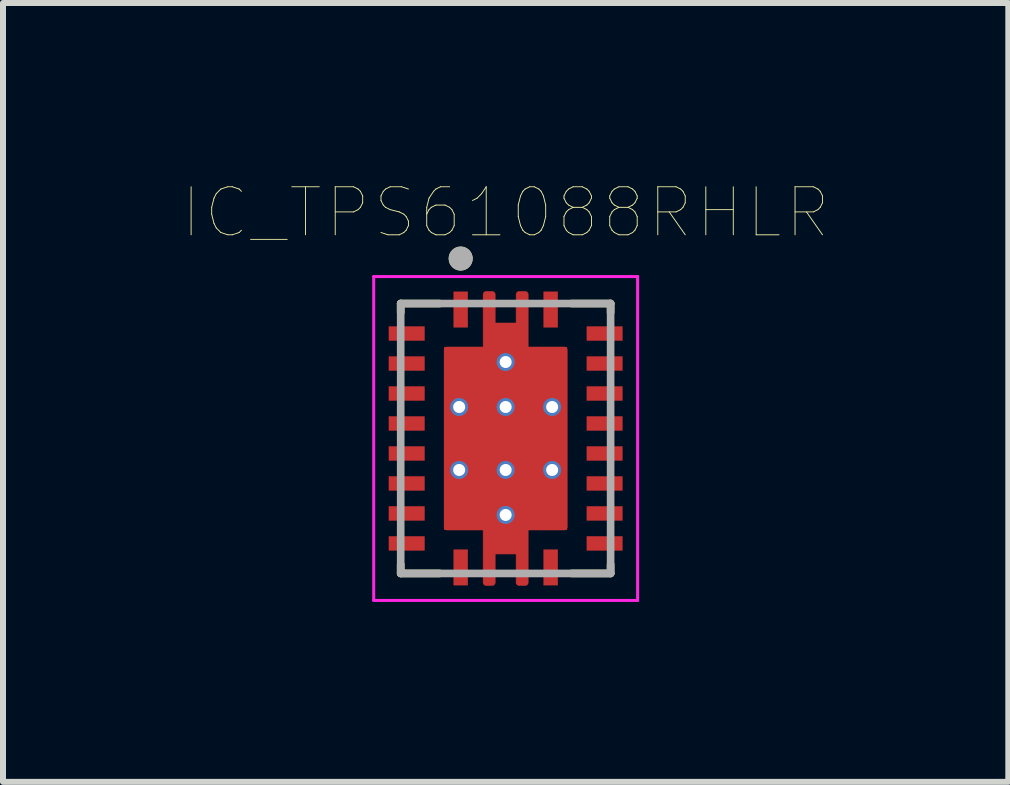
<source format=kicad_pcb>
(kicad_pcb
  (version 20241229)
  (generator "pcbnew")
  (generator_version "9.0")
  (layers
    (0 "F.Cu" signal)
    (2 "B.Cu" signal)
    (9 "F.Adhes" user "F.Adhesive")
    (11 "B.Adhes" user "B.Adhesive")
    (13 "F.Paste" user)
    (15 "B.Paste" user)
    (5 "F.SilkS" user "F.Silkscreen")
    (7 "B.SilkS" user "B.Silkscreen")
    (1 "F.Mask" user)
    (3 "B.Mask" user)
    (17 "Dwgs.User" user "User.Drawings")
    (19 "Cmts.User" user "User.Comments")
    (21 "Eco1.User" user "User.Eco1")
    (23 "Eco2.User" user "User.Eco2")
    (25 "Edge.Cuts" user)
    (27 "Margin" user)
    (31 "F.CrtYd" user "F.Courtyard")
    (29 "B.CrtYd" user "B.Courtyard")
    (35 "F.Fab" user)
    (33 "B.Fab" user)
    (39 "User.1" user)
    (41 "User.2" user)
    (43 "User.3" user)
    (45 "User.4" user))
  (footprint "IC_TPS61088RHLR"
    (layer "F.Cu")
    (at 5.381 4.261)
    (property "Reference" "IC_TPS61088RHLR" (at 0 -3.766 0) (layer "F.SilkS") (effects (font (size 0.801 0.801) (thickness 0.015))))
    (attr smd)
    (fp_poly (pts (xy -0.375 -1.525) (xy -0.375 -2.4) (xy -0.375 -2.403) (xy -0.375 -2.405) (xy -0.374 -2.408) (xy -0.374 -2.41) (xy -0.373 -2.413) (xy -0.373 -2.415) (xy -0.372 -2.418) (xy -0.371 -2.42) (xy -0.37 -2.423) (xy -0.368 -2.425) (xy -0.367 -2.427) (xy -0.365 -2.429) (xy -0.364 -2.431) (xy -0.362 -2.433) (xy -0.36 -2.435) (xy -0.358 -2.437) (xy -0.356 -2.439) (xy -0.354 -2.44) (xy -0.352 -2.442) (xy -0.35 -2.443) (xy -0.348 -2.445) (xy -0.345 -2.446) (xy -0.343 -2.447) (xy -0.34 -2.448) (xy -0.338 -2.448) (xy -0.335 -2.449) (xy -0.333 -2.449) (xy -0.33 -2.45) (xy -0.328 -2.45) (xy -0.325 -2.45) (xy -0.225 -2.45) (xy -0.222 -2.45) (xy -0.22 -2.45) (xy -0.217 -2.449) (xy -0.215 -2.449) (xy -0.212 -2.448) (xy -0.21 -2.448) (xy -0.207 -2.447) (xy -0.205 -2.446) (xy -0.202 -2.445) (xy -0.2 -2.443) (xy -0.198 -2.442) (xy -0.196 -2.44) (xy -0.194 -2.439) (xy -0.192 -2.437) (xy -0.19 -2.435) (xy -0.188 -2.433) (xy -0.186 -2.431) (xy -0.185 -2.429) (xy -0.183 -2.427) (xy -0.182 -2.425) (xy -0.18 -2.423) (xy -0.179 -2.42) (xy -0.178 -2.418) (xy -0.177 -2.415) (xy -0.177 -2.413) (xy -0.176 -2.41) (xy -0.176 -2.408) (xy -0.175 -2.405) (xy -0.175 -2.403) (xy -0.175 -2.4) (xy -0.175 -1.925) (xy 0.175 -1.925) (xy 0.175 -2.4) (xy 0.175 -2.403) (xy 0.175 -2.405) (xy 0.176 -2.408) (xy 0.176 -2.41) (xy 0.177 -2.413) (xy 0.177 -2.415) (xy 0.178 -2.418) (xy 0.179 -2.42) (xy 0.18 -2.423) (xy 0.182 -2.425) (xy 0.183 -2.427) (xy 0.185 -2.429) (xy 0.186 -2.431) (xy 0.188 -2.433) (xy 0.19 -2.435) (xy 0.192 -2.437) (xy 0.194 -2.439) (xy 0.196 -2.44) (xy 0.198 -2.442) (xy 0.2 -2.443) (xy 0.202 -2.445) (xy 0.205 -2.446) (xy 0.207 -2.447) (xy 0.21 -2.448) (xy 0.212 -2.448) (xy 0.215 -2.449) (xy 0.217 -2.449) (xy 0.22 -2.45) (xy 0.222 -2.45) (xy 0.225 -2.45) (xy 0.325 -2.45) (xy 0.328 -2.45) (xy 0.33 -2.45) (xy 0.333 -2.449) (xy 0.335 -2.449) (xy 0.338 -2.448) (xy 0.34 -2.448) (xy 0.343 -2.447) (xy 0.345 -2.446) (xy 0.348 -2.445) (xy 0.35 -2.443) (xy 0.352 -2.442) (xy 0.354 -2.44) (xy 0.356 -2.439) (xy 0.358 -2.437) (xy 0.36 -2.435) (xy 0.362 -2.433) (xy 0.364 -2.431) (xy 0.365 -2.429) (xy 0.367 -2.427) (xy 0.368 -2.425) (xy 0.37 -2.423) (xy 0.371 -2.42) (xy 0.372 -2.418) (xy 0.373 -2.415) (xy 0.373 -2.413) (xy 0.374 -2.41) (xy 0.374 -2.408) (xy 0.375 -2.405) (xy 0.375 -2.403) (xy 0.375 -2.4) (xy 0.375 -1.525) (xy 0.975 -1.525) (xy 0.978 -1.525) (xy 0.98 -1.525) (xy 0.983 -1.524) (xy 0.985 -1.524) (xy 0.988 -1.523) (xy 0.99 -1.523) (xy 0.993 -1.522) (xy 0.995 -1.521) (xy 0.998 -1.52) (xy 1 -1.518) (xy 1.002 -1.517) (xy 1.004 -1.515) (xy 1.006 -1.514) (xy 1.008 -1.512) (xy 1.01 -1.51) (xy 1.012 -1.508) (xy 1.014 -1.506) (xy 1.015 -1.504) (xy 1.017 -1.502) (xy 1.018 -1.5) (xy 1.02 -1.498) (xy 1.021 -1.495) (xy 1.022 -1.493) (xy 1.023 -1.49) (xy 1.023 -1.488) (xy 1.024 -1.485) (xy 1.024 -1.483) (xy 1.025 -1.48) (xy 1.025 -1.478) (xy 1.025 -1.475) (xy 1.025 1.475) (xy 1.025 1.478) (xy 1.025 1.48) (xy 1.024 1.483) (xy 1.024 1.485) (xy 1.023 1.488) (xy 1.023 1.49) (xy 1.022 1.493) (xy 1.021 1.495) (xy 1.02 1.498) (xy 1.018 1.5) (xy 1.017 1.502) (xy 1.015 1.504) (xy 1.014 1.506) (xy 1.012 1.508) (xy 1.01 1.51) (xy 1.008 1.512) (xy 1.006 1.514) (xy 1.004 1.515) (xy 1.002 1.517) (xy 1 1.518) (xy 0.998 1.52) (xy 0.995 1.521) (xy 0.993 1.522) (xy 0.99 1.523) (xy 0.988 1.523) (xy 0.985 1.524) (xy 0.983 1.524) (xy 0.98 1.525) (xy 0.978 1.525) (xy 0.975 1.525) (xy 0.375 1.525) (xy 0.375 2.4) (xy 0.375 2.403) (xy 0.375 2.405) (xy 0.374 2.408) (xy 0.374 2.41) (xy 0.373 2.413) (xy 0.373 2.415) (xy 0.372 2.418) (xy 0.371 2.42) (xy 0.37 2.423) (xy 0.368 2.425) (xy 0.367 2.427) (xy 0.365 2.429) (xy 0.364 2.431) (xy 0.362 2.433) (xy 0.36 2.435) (xy 0.358 2.437) (xy 0.356 2.439) (xy 0.354 2.44) (xy 0.352 2.442) (xy 0.35 2.443) (xy 0.348 2.445) (xy 0.345 2.446) (xy 0.343 2.447) (xy 0.34 2.448) (xy 0.338 2.448) (xy 0.335 2.449) (xy 0.333 2.449) (xy 0.33 2.45) (xy 0.328 2.45) (xy 0.325 2.45) (xy 0.225 2.45) (xy 0.222 2.45) (xy 0.22 2.45) (xy 0.217 2.449) (xy 0.215 2.449) (xy 0.212 2.448) (xy 0.21 2.448) (xy 0.207 2.447) (xy 0.205 2.446) (xy 0.202 2.445) (xy 0.2 2.443) (xy 0.198 2.442) (xy 0.196 2.44) (xy 0.194 2.439) (xy 0.192 2.437) (xy 0.19 2.435) (xy 0.188 2.433) (xy 0.186 2.431) (xy 0.185 2.429) (xy 0.183 2.427) (xy 0.182 2.425) (xy 0.18 2.423) (xy 0.179 2.42) (xy 0.178 2.418) (xy 0.177 2.415) (xy 0.177 2.413) (xy 0.176 2.41) (xy 0.176 2.408) (xy 0.175 2.405) (xy 0.175 2.403) (xy 0.175 2.4) (xy 0.175 1.925) (xy -0.175 1.925) (xy -0.175 2.4) (xy -0.175 2.403) (xy -0.175 2.405) (xy -0.176 2.408) (xy -0.176 2.41) (xy -0.177 2.413) (xy -0.177 2.415) (xy -0.178 2.418) (xy -0.179 2.42) (xy -0.18 2.423) (xy -0.182 2.425) (xy -0.183 2.427) (xy -0.185 2.429) (xy -0.186 2.431) (xy -0.188 2.433) (xy -0.19 2.435) (xy -0.192 2.437) (xy -0.194 2.439) (xy -0.196 2.44) (xy -0.198 2.442) (xy -0.2 2.443) (xy -0.202 2.445) (xy -0.205 2.446) (xy -0.207 2.447) (xy -0.21 2.448) (xy -0.212 2.448) (xy -0.215 2.449) (xy -0.217 2.449) (xy -0.22 2.45) (xy -0.222 2.45) (xy -0.225 2.45) (xy -0.325 2.45) (xy -0.328 2.45) (xy -0.33 2.45) (xy -0.333 2.449) (xy -0.335 2.449) (xy -0.338 2.448) (xy -0.34 2.448) (xy -0.343 2.447) (xy -0.345 2.446) (xy -0.348 2.445) (xy -0.35 2.443) (xy -0.352 2.442) (xy -0.354 2.44) (xy -0.356 2.439) (xy -0.358 2.437) (xy -0.36 2.435) (xy -0.362 2.433) (xy -0.364 2.431) (xy -0.365 2.429) (xy -0.367 2.427) (xy -0.368 2.425) (xy -0.37 2.423) (xy -0.371 2.42) (xy -0.372 2.418) (xy -0.373 2.415) (xy -0.373 2.413) (xy -0.374 2.41) (xy -0.374 2.408) (xy -0.375 2.405) (xy -0.375 2.403) (xy -0.375 2.4) (xy -0.375 1.525) (xy -0.975 1.525) (xy -0.978 1.525) (xy -0.98 1.525) (xy -0.983 1.524) (xy -0.985 1.524) (xy -0.988 1.523) (xy -0.99 1.523) (xy -0.993 1.522) (xy -0.995 1.521) (xy -0.998 1.52) (xy -1 1.518) (xy -1.002 1.517) (xy -1.004 1.515) (xy -1.006 1.514) (xy -1.008 1.512) (xy -1.01 1.51) (xy -1.012 1.508) (xy -1.014 1.506) (xy -1.015 1.504) (xy -1.017 1.502) (xy -1.018 1.5) (xy -1.02 1.498) (xy -1.021 1.495) (xy -1.022 1.493) (xy -1.023 1.49) (xy -1.023 1.488) (xy -1.024 1.485) (xy -1.024 1.483) (xy -1.025 1.48) (xy -1.025 1.478) (xy -1.025 1.475) (xy -1.025 -1.475) (xy -1.025 -1.478) (xy -1.025 -1.48) (xy -1.024 -1.483) (xy -1.024 -1.485) (xy -1.023 -1.488) (xy -1.023 -1.49) (xy -1.022 -1.493) (xy -1.021 -1.495) (xy -1.02 -1.498) (xy -1.018 -1.5) (xy -1.017 -1.502) (xy -1.015 -1.504) (xy -1.014 -1.506) (xy -1.012 -1.508) (xy -1.01 -1.51) (xy -1.008 -1.512) (xy -1.006 -1.514) (xy -1.004 -1.515) (xy -1.002 -1.517) (xy -1 -1.518) (xy -0.998 -1.52) (xy -0.995 -1.521) (xy -0.993 -1.522) (xy -0.99 -1.523) (xy -0.988 -1.523) (xy -0.985 -1.524) (xy -0.983 -1.524) (xy -0.98 -1.525) (xy -0.978 -1.525) (xy -0.975 -1.525) (xy -0.375 -1.525)) (stroke (width 0.01) (type solid)) (fill yes) (layer "F.Cu"))
    (fp_poly (pts (xy -0.477 -1.627) (xy -0.477 -2.4) (xy -0.477 -2.408) (xy -0.476 -2.416) (xy -0.475 -2.424) (xy -0.474 -2.432) (xy -0.472 -2.439) (xy -0.47 -2.447) (xy -0.467 -2.454) (xy -0.464 -2.462) (xy -0.46 -2.469) (xy -0.457 -2.476) (xy -0.452 -2.483) (xy -0.448 -2.489) (xy -0.443 -2.496) (xy -0.438 -2.502) (xy -0.432 -2.507) (xy -0.427 -2.513) (xy -0.421 -2.518) (xy -0.414 -2.523) (xy -0.408 -2.527) (xy -0.401 -2.532) (xy -0.394 -2.535) (xy -0.387 -2.539) (xy -0.379 -2.542) (xy -0.372 -2.545) (xy -0.364 -2.547) (xy -0.357 -2.549) (xy -0.349 -2.55) (xy -0.341 -2.551) (xy -0.333 -2.552) (xy -0.325 -2.552) (xy -0.225 -2.552) (xy -0.217 -2.552) (xy -0.209 -2.551) (xy -0.201 -2.55) (xy -0.193 -2.549) (xy -0.186 -2.547) (xy -0.178 -2.545) (xy -0.171 -2.542) (xy -0.163 -2.539) (xy -0.156 -2.535) (xy -0.149 -2.532) (xy -0.142 -2.527) (xy -0.136 -2.523) (xy -0.129 -2.518) (xy -0.123 -2.513) (xy -0.118 -2.507) (xy -0.112 -2.502) (xy -0.107 -2.496) (xy -0.102 -2.489) (xy -0.098 -2.483) (xy -0.093 -2.476) (xy -0.09 -2.469) (xy -0.086 -2.462) (xy -0.083 -2.454) (xy -0.08 -2.447) (xy -0.078 -2.439) (xy -0.076 -2.432) (xy -0.075 -2.424) (xy -0.074 -2.416) (xy -0.073 -2.408) (xy -0.073 -2.4) (xy -0.073 -2.027) (xy 0.072 -2.027) (xy 0.073 -2.027) (xy 0.073 -2.402) (xy 0.073 -2.41) (xy 0.074 -2.418) (xy 0.075 -2.425) (xy 0.076 -2.433) (xy 0.078 -2.441) (xy 0.08 -2.448) (xy 0.083 -2.456) (xy 0.086 -2.463) (xy 0.089 -2.47) (xy 0.093 -2.477) (xy 0.097 -2.484) (xy 0.102 -2.49) (xy 0.106 -2.496) (xy 0.112 -2.502) (xy 0.117 -2.508) (xy 0.123 -2.513) (xy 0.129 -2.519) (xy 0.135 -2.523) (xy 0.141 -2.528) (xy 0.148 -2.532) (xy 0.155 -2.536) (xy 0.162 -2.539) (xy 0.169 -2.542) (xy 0.177 -2.545) (xy 0.184 -2.547) (xy 0.192 -2.549) (xy 0.2 -2.55) (xy 0.207 -2.551) (xy 0.215 -2.552) (xy 0.223 -2.552) (xy 0.326 -2.552) (xy 0.334 -2.552) (xy 0.342 -2.551) (xy 0.35 -2.55) (xy 0.357 -2.549) (xy 0.365 -2.547) (xy 0.373 -2.545) (xy 0.38 -2.542) (xy 0.387 -2.539) (xy 0.395 -2.536) (xy 0.402 -2.532) (xy 0.408 -2.528) (xy 0.415 -2.523) (xy 0.421 -2.518) (xy 0.427 -2.513) (xy 0.433 -2.508) (xy 0.438 -2.502) (xy 0.443 -2.496) (xy 0.448 -2.49) (xy 0.453 -2.483) (xy 0.457 -2.477) (xy 0.461 -2.47) (xy 0.464 -2.462) (xy 0.467 -2.455) (xy 0.47 -2.448) (xy 0.472 -2.44) (xy 0.474 -2.432) (xy 0.475 -2.425) (xy 0.476 -2.417) (xy 0.477 -2.409) (xy 0.477 -2.401) (xy 0.477 -1.627) (xy 0.975 -1.627) (xy 0.983 -1.627) (xy 0.991 -1.626) (xy 0.999 -1.625) (xy 1.007 -1.624) (xy 1.014 -1.622) (xy 1.022 -1.62) (xy 1.029 -1.617) (xy 1.037 -1.614) (xy 1.044 -1.61) (xy 1.051 -1.607) (xy 1.058 -1.602) (xy 1.064 -1.598) (xy 1.071 -1.593) (xy 1.077 -1.588) (xy 1.082 -1.582) (xy 1.088 -1.577) (xy 1.093 -1.571) (xy 1.098 -1.564) (xy 1.102 -1.558) (xy 1.107 -1.551) (xy 1.11 -1.544) (xy 1.114 -1.537) (xy 1.117 -1.529) (xy 1.12 -1.522) (xy 1.122 -1.514) (xy 1.124 -1.507) (xy 1.125 -1.499) (xy 1.126 -1.491) (xy 1.127 -1.483) (xy 1.127 -1.475) (xy 1.127 1.476) (xy 1.127 1.484) (xy 1.126 1.492) (xy 1.125 1.499) (xy 1.124 1.507) (xy 1.122 1.515) (xy 1.12 1.522) (xy 1.117 1.53) (xy 1.114 1.537) (xy 1.111 1.544) (xy 1.107 1.551) (xy 1.103 1.558) (xy 1.098 1.564) (xy 1.094 1.57) (xy 1.088 1.576) (xy 1.083 1.582) (xy 1.077 1.587) (xy 1.071 1.593) (xy 1.065 1.597) (xy 1.059 1.602) (xy 1.052 1.606) (xy 1.045 1.61) (xy 1.038 1.613) (xy 1.031 1.616) (xy 1.023 1.619) (xy 1.016 1.621) (xy 1.008 1.623) (xy 1 1.624) (xy 0.993 1.625) (xy 0.985 1.626) (xy 0.977 1.626) (xy 0.478 1.626) (xy 0.478 1.626) (xy 0.478 1.626) (xy 0.478 1.626) (xy 0.478 1.626) (xy 0.478 1.626) (xy 0.478 1.626) (xy 0.478 1.626) (xy 0.478 1.626) (xy 0.478 1.626) (xy 0.477 1.626) (xy 0.477 1.626) (xy 0.477 1.626) (xy 0.477 1.626) (xy 0.477 1.626) (xy 0.477 1.626) (xy 0.477 1.626) (xy 0.477 1.626) (xy 0.477 1.626) (xy 0.477 1.626) (xy 0.477 1.627) (xy 0.477 1.627) (xy 0.477 1.627) (xy 0.477 1.627) (xy 0.477 1.627) (xy 0.477 1.627) (xy 0.477 1.627) (xy 0.477 1.627) (xy 0.477 1.627) (xy 0.477 1.627) (xy 0.477 1.627) (xy 0.477 2.401) (xy 0.477 2.409) (xy 0.476 2.417) (xy 0.475 2.424) (xy 0.474 2.432) (xy 0.472 2.44) (xy 0.47 2.447) (xy 0.467 2.455) (xy 0.464 2.462) (xy 0.461 2.469) (xy 0.457 2.476) (xy 0.453 2.483) (xy 0.448 2.489) (xy 0.444 2.495) (xy 0.438 2.501) (xy 0.433 2.507) (xy 0.427 2.512) (xy 0.421 2.518) (xy 0.415 2.522) (xy 0.409 2.527) (xy 0.402 2.531) (xy 0.395 2.535) (xy 0.388 2.538) (xy 0.381 2.541) (xy 0.373 2.544) (xy 0.366 2.546) (xy 0.358 2.548) (xy 0.35 2.549) (xy 0.343 2.55) (xy 0.335 2.551) (xy 0.327 2.551) (xy 0.222 2.551) (xy 0.214 2.551) (xy 0.206 2.55) (xy 0.199 2.549) (xy 0.191 2.548) (xy 0.183 2.546) (xy 0.176 2.544) (xy 0.169 2.541) (xy 0.161 2.538) (xy 0.154 2.535) (xy 0.147 2.531) (xy 0.141 2.527) (xy 0.134 2.523) (xy 0.128 2.518) (xy 0.122 2.513) (xy 0.117 2.507) (xy 0.111 2.502) (xy 0.106 2.496) (xy 0.101 2.49) (xy 0.097 2.483) (xy 0.093 2.477) (xy 0.089 2.47) (xy 0.086 2.463) (xy 0.083 2.455) (xy 0.08 2.448) (xy 0.078 2.441) (xy 0.076 2.433) (xy 0.075 2.425) (xy 0.074 2.418) (xy 0.073 2.41) (xy 0.073 2.402) (xy 0.073 2.027) (xy -0.072 2.027) (xy -0.072 2.027) (xy -0.072 2.027) (xy -0.072 2.027) (xy -0.072 2.027) (xy -0.072 2.027) (xy -0.072 2.027) (xy -0.072 2.027) (xy -0.072 2.027) (xy -0.072 2.027) (xy -0.072 2.027) (xy -0.073 2.027) (xy -0.073 2.027) (xy -0.073 2.027) (xy -0.073 2.027) (xy -0.073 2.027) (xy -0.073 2.027) (xy -0.073 2.027) (xy -0.073 2.027) (xy -0.073 2.027) (xy -0.073 2.027) (xy -0.073 2.028) (xy -0.073 2.028) (xy -0.073 2.028) (xy -0.073 2.028) (xy -0.073 2.028) (xy -0.073 2.028) (xy -0.073 2.028) (xy -0.073 2.028) (xy -0.073 2.028) (xy -0.073 2.028) (xy -0.073 2.401) (xy -0.073 2.409) (xy -0.074 2.417) (xy -0.075 2.424) (xy -0.076 2.432) (xy -0.078 2.44) (xy -0.08 2.447) (xy -0.083 2.455) (xy -0.086 2.462) (xy -0.089 2.469) (xy -0.093 2.476) (xy -0.097 2.483) (xy -0.102 2.489) (xy -0.106 2.495) (xy -0.112 2.501) (xy -0.117 2.507) (xy -0.123 2.512) (xy -0.129 2.518) (xy -0.135 2.522) (xy -0.141 2.527) (xy -0.148 2.531) (xy -0.155 2.535) (xy -0.162 2.538) (xy -0.169 2.541) (xy -0.177 2.544) (xy -0.184 2.546) (xy -0.192 2.548) (xy -0.2 2.549) (xy -0.207 2.55) (xy -0.215 2.551) (xy -0.223 2.551) (xy -0.329 2.551) (xy -0.337 2.551) (xy -0.344 2.55) (xy -0.352 2.549) (xy -0.36 2.548) (xy -0.367 2.546) (xy -0.375 2.544) (xy -0.382 2.541) (xy -0.389 2.538) (xy -0.396 2.535) (xy -0.403 2.531) (xy -0.41 2.527) (xy -0.416 2.523) (xy -0.422 2.518) (xy -0.428 2.513) (xy -0.434 2.508) (xy -0.439 2.502) (xy -0.444 2.496) (xy -0.449 2.49) (xy -0.453 2.484) (xy -0.457 2.477) (xy -0.461 2.47) (xy -0.464 2.463) (xy -0.467 2.456) (xy -0.47 2.449) (xy -0.472 2.441) (xy -0.474 2.434) (xy -0.475 2.426) (xy -0.476 2.418) (xy -0.477 2.411) (xy -0.477 2.403) (xy -0.477 1.627) (xy -0.975 1.627) (xy -0.983 1.627) (xy -0.991 1.626) (xy -0.999 1.625) (xy -1.007 1.624) (xy -1.014 1.622) (xy -1.022 1.62) (xy -1.029 1.617) (xy -1.037 1.614) (xy -1.044 1.61) (xy -1.051 1.607) (xy -1.058 1.602) (xy -1.064 1.598) (xy -1.071 1.593) (xy -1.077 1.588) (xy -1.082 1.582) (xy -1.088 1.577) (xy -1.093 1.571) (xy -1.098 1.564) (xy -1.102 1.558) (xy -1.107 1.551) (xy -1.11 1.544) (xy -1.114 1.537) (xy -1.117 1.529) (xy -1.12 1.522) (xy -1.122 1.514) (xy -1.124 1.507) (xy -1.125 1.499) (xy -1.126 1.491) (xy -1.127 1.483) (xy -1.127 1.475) (xy -1.127 -1.474) (xy -1.127 -1.482) (xy -1.126 -1.49) (xy -1.125 -1.498) (xy -1.124 -1.506) (xy -1.122 -1.513) (xy -1.12 -1.521) (xy -1.117 -1.528) (xy -1.114 -1.536) (xy -1.11 -1.543) (xy -1.107 -1.55) (xy -1.102 -1.557) (xy -1.098 -1.563) (xy -1.093 -1.57) (xy -1.088 -1.576) (xy -1.082 -1.581) (xy -1.077 -1.587) (xy -1.071 -1.592) (xy -1.064 -1.597) (xy -1.058 -1.601) (xy -1.051 -1.606) (xy -1.044 -1.609) (xy -1.037 -1.613) (xy -1.029 -1.616) (xy -1.022 -1.619) (xy -1.014 -1.621) (xy -1.007 -1.623) (xy -0.999 -1.624) (xy -0.991 -1.625) (xy -0.983 -1.626) (xy -0.975 -1.626) (xy -0.478 -1.626) (xy -0.478 -1.626) (xy -0.478 -1.626) (xy -0.478 -1.626) (xy -0.478 -1.626) (xy -0.478 -1.626) (xy -0.478 -1.626) (xy -0.478 -1.626) (xy -0.478 -1.626) (xy -0.478 -1.626) (xy -0.477 -1.626) (xy -0.477 -1.626) (xy -0.477 -1.626) (xy -0.477 -1.626) (xy -0.477 -1.626) (xy -0.477 -1.626) (xy -0.477 -1.626) (xy -0.477 -1.626) (xy -0.477 -1.626) (xy -0.477 -1.626) (xy -0.477 -1.627) (xy -0.477 -1.627) (xy -0.477 -1.627) (xy -0.477 -1.627) (xy -0.477 -1.627) (xy -0.477 -1.627) (xy -0.477 -1.627) (xy -0.477 -1.627) (xy -0.477 -1.627) (xy -0.477 -1.627) (xy -0.477 -1.627)) (stroke (width 0.01) (type solid)) (fill yes) (layer "F.Mask"))
    (fp_line (start -1.75 -2.25) (end -1.1 -2.25) (stroke (width 0.127) (type solid)) (layer "F.SilkS"))
    (fp_line (start -1.75 -2.1) (end -1.75 -2.25) (stroke (width 0.127) (type solid)) (layer "F.SilkS"))
    (fp_line (start -1.75 2.1) (end -1.75 2.25) (stroke (width 0.127) (type solid)) (layer "F.SilkS"))
    (fp_line (start -1.75 2.25) (end -1.1 2.25) (stroke (width 0.127) (type solid)) (layer "F.SilkS"))
    (fp_line (start 1.1 -2.25) (end 1.75 -2.25) (stroke (width 0.127) (type solid)) (layer "F.SilkS"))
    (fp_line (start 1.1 2.25) (end 1.75 2.25) (stroke (width 0.127) (type solid)) (layer "F.SilkS"))
    (fp_line (start 1.75 -2.25) (end 1.75 -2.1) (stroke (width 0.127) (type solid)) (layer "F.SilkS"))
    (fp_line (start 1.75 2.25) (end 1.75 2.1) (stroke (width 0.127) (type solid)) (layer "F.SilkS"))
    (fp_circle (center -0.75 -3) (end -0.65 -3) (stroke (width 0.2) (type solid)) (fill no) (layer "F.SilkS"))
    (fp_poly (pts (xy -1.02 -0.625) (xy -0.1 -0.625) (xy -0.1 -1.475) (xy -1.02 -1.475)) (stroke (width 0.01) (type solid)) (fill yes) (layer "F.Paste"))
    (fp_poly (pts (xy -1.02 0.425) (xy -0.1 0.425) (xy -0.1 -0.425) (xy -1.02 -0.425)) (stroke (width 0.01) (type solid)) (fill yes) (layer "F.Paste"))
    (fp_poly (pts (xy -1.02 1.475) (xy -0.1 1.475) (xy -0.1 0.625) (xy -1.02 0.625)) (stroke (width 0.01) (type solid)) (fill yes) (layer "F.Paste"))
    (fp_poly (pts (xy 0.1 -0.625) (xy 1.02 -0.625) (xy 1.02 -1.475) (xy 0.1 -1.475)) (stroke (width 0.01) (type solid)) (fill yes) (layer "F.Paste"))
    (fp_poly (pts (xy 0.1 0.425) (xy 1.02 0.425) (xy 1.02 -0.425) (xy 0.1 -0.425)) (stroke (width 0.01) (type solid)) (fill yes) (layer "F.Paste"))
    (fp_poly (pts (xy 0.1 1.475) (xy 1.02 1.475) (xy 1.02 0.625) (xy 0.1 0.625)) (stroke (width 0.01) (type solid)) (fill yes) (layer "F.Paste"))
    (fp_poly (pts (xy -0.375 -1.675) (xy -0.375 -2.4) (xy -0.375 -2.403) (xy -0.375 -2.405) (xy -0.374 -2.408) (xy -0.374 -2.41) (xy -0.373 -2.413) (xy -0.373 -2.415) (xy -0.372 -2.418) (xy -0.371 -2.42) (xy -0.37 -2.423) (xy -0.368 -2.425) (xy -0.367 -2.427) (xy -0.365 -2.429) (xy -0.364 -2.431) (xy -0.362 -2.433) (xy -0.36 -2.435) (xy -0.358 -2.437) (xy -0.356 -2.439) (xy -0.354 -2.44) (xy -0.352 -2.442) (xy -0.35 -2.443) (xy -0.348 -2.445) (xy -0.345 -2.446) (xy -0.343 -2.447) (xy -0.34 -2.448) (xy -0.338 -2.448) (xy -0.335 -2.449) (xy -0.333 -2.449) (xy -0.33 -2.45) (xy -0.328 -2.45) (xy -0.325 -2.45) (xy -0.225 -2.45) (xy -0.222 -2.45) (xy -0.22 -2.45) (xy -0.217 -2.449) (xy -0.215 -2.449) (xy -0.212 -2.448) (xy -0.21 -2.448) (xy -0.207 -2.447) (xy -0.205 -2.446) (xy -0.202 -2.445) (xy -0.2 -2.443) (xy -0.198 -2.442) (xy -0.196 -2.44) (xy -0.194 -2.439) (xy -0.192 -2.437) (xy -0.19 -2.435) (xy -0.188 -2.433) (xy -0.186 -2.431) (xy -0.185 -2.429) (xy -0.183 -2.427) (xy -0.182 -2.425) (xy -0.18 -2.423) (xy -0.179 -2.42) (xy -0.178 -2.418) (xy -0.177 -2.415) (xy -0.177 -2.413) (xy -0.176 -2.41) (xy -0.176 -2.408) (xy -0.175 -2.405) (xy -0.175 -2.403) (xy -0.175 -2.4) (xy -0.175 -1.925) (xy 0.175 -1.925) (xy 0.175 -2.4) (xy 0.175 -2.403) (xy 0.175 -2.405) (xy 0.176 -2.408) (xy 0.176 -2.41) (xy 0.177 -2.413) (xy 0.177 -2.415) (xy 0.178 -2.418) (xy 0.179 -2.42) (xy 0.18 -2.423) (xy 0.182 -2.425) (xy 0.183 -2.427) (xy 0.185 -2.429) (xy 0.186 -2.431) (xy 0.188 -2.433) (xy 0.19 -2.435) (xy 0.192 -2.437) (xy 0.194 -2.439) (xy 0.196 -2.44) (xy 0.198 -2.442) (xy 0.2 -2.443) (xy 0.202 -2.445) (xy 0.205 -2.446) (xy 0.207 -2.447) (xy 0.21 -2.448) (xy 0.212 -2.448) (xy 0.215 -2.449) (xy 0.217 -2.449) (xy 0.22 -2.45) (xy 0.222 -2.45) (xy 0.225 -2.45) (xy 0.325 -2.45) (xy 0.328 -2.45) (xy 0.33 -2.45) (xy 0.333 -2.449) (xy 0.335 -2.449) (xy 0.338 -2.448) (xy 0.34 -2.448) (xy 0.343 -2.447) (xy 0.345 -2.446) (xy 0.348 -2.445) (xy 0.35 -2.443) (xy 0.352 -2.442) (xy 0.354 -2.44) (xy 0.356 -2.439) (xy 0.358 -2.437) (xy 0.36 -2.435) (xy 0.362 -2.433) (xy 0.364 -2.431) (xy 0.365 -2.429) (xy 0.367 -2.427) (xy 0.368 -2.425) (xy 0.37 -2.423) (xy 0.371 -2.42) (xy 0.372 -2.418) (xy 0.373 -2.415) (xy 0.373 -2.413) (xy 0.374 -2.41) (xy 0.374 -2.408) (xy 0.375 -2.405) (xy 0.375 -2.403) (xy 0.375 -2.4) (xy 0.375 -1.675) (xy -0.375 -1.675)) (stroke (width 0.01) (type solid)) (fill yes) (layer "F.Paste"))
    (fp_poly (pts (xy 0.375 1.675) (xy 0.375 2.4) (xy 0.375 2.403) (xy 0.375 2.405) (xy 0.374 2.408) (xy 0.374 2.41) (xy 0.373 2.413) (xy 0.373 2.415) (xy 0.372 2.418) (xy 0.371 2.42) (xy 0.37 2.423) (xy 0.368 2.425) (xy 0.367 2.427) (xy 0.365 2.429) (xy 0.364 2.431) (xy 0.362 2.433) (xy 0.36 2.435) (xy 0.358 2.437) (xy 0.356 2.439) (xy 0.354 2.44) (xy 0.352 2.442) (xy 0.35 2.443) (xy 0.348 2.445) (xy 0.345 2.446) (xy 0.343 2.447) (xy 0.34 2.448) (xy 0.338 2.448) (xy 0.335 2.449) (xy 0.333 2.449) (xy 0.33 2.45) (xy 0.328 2.45) (xy 0.325 2.45) (xy 0.225 2.45) (xy 0.222 2.45) (xy 0.22 2.45) (xy 0.217 2.449) (xy 0.215 2.449) (xy 0.212 2.448) (xy 0.21 2.448) (xy 0.207 2.447) (xy 0.205 2.446) (xy 0.202 2.445) (xy 0.2 2.443) (xy 0.198 2.442) (xy 0.196 2.44) (xy 0.194 2.439) (xy 0.192 2.437) (xy 0.19 2.435) (xy 0.188 2.433) (xy 0.186 2.431) (xy 0.185 2.429) (xy 0.183 2.427) (xy 0.182 2.425) (xy 0.18 2.423) (xy 0.179 2.42) (xy 0.178 2.418) (xy 0.177 2.415) (xy 0.177 2.413) (xy 0.176 2.41) (xy 0.176 2.408) (xy 0.175 2.405) (xy 0.175 2.403) (xy 0.175 2.4) (xy 0.175 1.925) (xy -0.175 1.925) (xy -0.175 2.4) (xy -0.175 2.403) (xy -0.175 2.405) (xy -0.176 2.408) (xy -0.176 2.41) (xy -0.177 2.413) (xy -0.177 2.415) (xy -0.178 2.418) (xy -0.179 2.42) (xy -0.18 2.423) (xy -0.182 2.425) (xy -0.183 2.427) (xy -0.185 2.429) (xy -0.186 2.431) (xy -0.188 2.433) (xy -0.19 2.435) (xy -0.192 2.437) (xy -0.194 2.439) (xy -0.196 2.44) (xy -0.198 2.442) (xy -0.2 2.443) (xy -0.202 2.445) (xy -0.205 2.446) (xy -0.207 2.447) (xy -0.21 2.448) (xy -0.212 2.448) (xy -0.215 2.449) (xy -0.217 2.449) (xy -0.22 2.45) (xy -0.222 2.45) (xy -0.225 2.45) (xy -0.325 2.45) (xy -0.328 2.45) (xy -0.33 2.45) (xy -0.333 2.449) (xy -0.335 2.449) (xy -0.338 2.448) (xy -0.34 2.448) (xy -0.343 2.447) (xy -0.345 2.446) (xy -0.348 2.445) (xy -0.35 2.443) (xy -0.352 2.442) (xy -0.354 2.44) (xy -0.356 2.439) (xy -0.358 2.437) (xy -0.36 2.435) (xy -0.362 2.433) (xy -0.364 2.431) (xy -0.365 2.429) (xy -0.367 2.427) (xy -0.368 2.425) (xy -0.37 2.423) (xy -0.371 2.42) (xy -0.372 2.418) (xy -0.373 2.415) (xy -0.373 2.413) (xy -0.374 2.41) (xy -0.374 2.408) (xy -0.375 2.405) (xy -0.375 2.403) (xy -0.375 2.4) (xy -0.375 1.675) (xy 0.375 1.675)) (stroke (width 0.01) (type solid)) (fill yes) (layer "F.Paste"))
    (fp_line (start -2.2 -2.7) (end -2.2 2.7) (stroke (width 0.05) (type solid)) (layer "F.CrtYd"))
    (fp_line (start -2.2 2.7) (end 2.2 2.7) (stroke (width 0.05) (type solid)) (layer "F.CrtYd"))
    (fp_line (start 2.2 -2.7) (end -2.2 -2.7) (stroke (width 0.05) (type solid)) (layer "F.CrtYd"))
    (fp_line (start 2.2 2.7) (end 2.2 -2.7) (stroke (width 0.05) (type solid)) (layer "F.CrtYd"))
    (fp_line (start -1.75 -2.25) (end 1.75 -2.25) (stroke (width 0.127) (type solid)) (layer "F.Fab"))
    (fp_line (start -1.75 2.25) (end -1.75 -2.25) (stroke (width 0.127) (type solid)) (layer "F.Fab"))
    (fp_line (start 1.75 -2.25) (end 1.75 2.25) (stroke (width 0.127) (type solid)) (layer "F.Fab"))
    (fp_line (start 1.75 2.25) (end -1.75 2.25) (stroke (width 0.127) (type solid)) (layer "F.Fab"))
    (fp_circle (center -0.75 -3) (end -0.65 -3) (stroke (width 0.2) (type solid)) (fill no) (layer "F.Fab"))
    (pad "1" smd rect (at -0.75 -2.15) (size 0.24 0.6) (layers "F.Cu" "F.Mask" "F.Paste"))
    (pad "2" smd rect (at -1.65 -1.75) (size 0.6 0.24) (layers "F.Cu" "F.Mask" "F.Paste"))
    (pad "3" smd rect (at -1.65 -1.25) (size 0.6 0.24) (layers "F.Cu" "F.Mask" "F.Paste"))
    (pad "4" smd rect (at -1.65 -0.75) (size 0.6 0.24) (layers "F.Cu" "F.Mask" "F.Paste"))
    (pad "5" smd rect (at -1.65 -0.25) (size 0.6 0.24) (layers "F.Cu" "F.Mask" "F.Paste"))
    (pad "6" smd rect (at -1.65 0.25) (size 0.6 0.24) (layers "F.Cu" "F.Mask" "F.Paste"))
    (pad "7" smd rect (at -1.65 0.75) (size 0.6 0.24) (layers "F.Cu" "F.Mask" "F.Paste"))
    (pad "8" smd rect (at -1.65 1.25) (size 0.6 0.24) (layers "F.Cu" "F.Mask" "F.Paste"))
    (pad "9" smd rect (at -1.65 1.75) (size 0.6 0.24) (layers "F.Cu" "F.Mask" "F.Paste"))
    (pad "10" smd rect (at -0.75 2.15) (size 0.24 0.6) (layers "F.Cu" "F.Mask" "F.Paste"))
    (pad "11" smd rect (at 0.75 2.15) (size 0.24 0.6) (layers "F.Cu" "F.Mask" "F.Paste"))
    (pad "12" smd rect (at 1.65 1.75) (size 0.6 0.24) (layers "F.Cu" "F.Mask" "F.Paste"))
    (pad "13" smd rect (at 1.65 1.25) (size 0.6 0.24) (layers "F.Cu" "F.Mask" "F.Paste"))
    (pad "14" smd rect (at 1.65 0.75) (size 0.6 0.24) (layers "F.Cu" "F.Mask" "F.Paste"))
    (pad "15" smd rect (at 1.65 0.25) (size 0.6 0.24) (layers "F.Cu" "F.Mask" "F.Paste"))
    (pad "16" smd rect (at 1.65 -0.25) (size 0.6 0.24) (layers "F.Cu" "F.Mask" "F.Paste"))
    (pad "17" smd rect (at 1.65 -0.75) (size 0.6 0.24) (layers "F.Cu" "F.Mask" "F.Paste"))
    (pad "18" smd rect (at 1.65 -1.25) (size 0.6 0.24) (layers "F.Cu" "F.Mask" "F.Paste"))
    (pad "19" smd rect (at 1.65 -1.75) (size 0.6 0.24) (layers "F.Cu" "F.Mask" "F.Paste"))
    (pad "20" smd rect (at 0.75 -2.15) (size 0.24 0.6) (layers "F.Cu" "F.Mask" "F.Paste"))
    (pad "21" smd rect (at 0 0) (size 2.05 3.05) (layers "F.Cu" "F.Mask"))
    (pad "22" thru_hole circle (at 0 -1.275) (size 0.3 0.3) (drill 0.2) (layers "*.Cu" "*.Mask"))
    (pad "23" thru_hole circle (at -0.775 -0.525) (size 0.3 0.3) (drill 0.2) (layers "*.Cu" "*.Mask"))
    (pad "24" thru_hole circle (at 0 -0.525) (size 0.3 0.3) (drill 0.2) (layers "*.Cu" "*.Mask"))
    (pad "25" thru_hole circle (at 0.775 -0.525) (size 0.3 0.3) (drill 0.2) (layers "*.Cu" "*.Mask"))
    (pad "26" thru_hole circle (at -0.775 0.525) (size 0.3 0.3) (drill 0.2) (layers "*.Cu" "*.Mask"))
    (pad "27" thru_hole circle (at 0 0.525) (size 0.3 0.3) (drill 0.2) (layers "*.Cu" "*.Mask"))
    (pad "28" thru_hole circle (at 0.775 0.525) (size 0.3 0.3) (drill 0.2) (layers "*.Cu" "*.Mask"))
    (pad "29" thru_hole circle (at 0 1.275) (size 0.3 0.3) (drill 0.2) (layers "*.Cu" "*.Mask")))
  (gr_rect
    (start -3 -3)
    (end 13.762 9.986)
    (stroke (width 0.1) (type default))
    (fill no)
    (layer "Edge.Cuts")))
</source>
